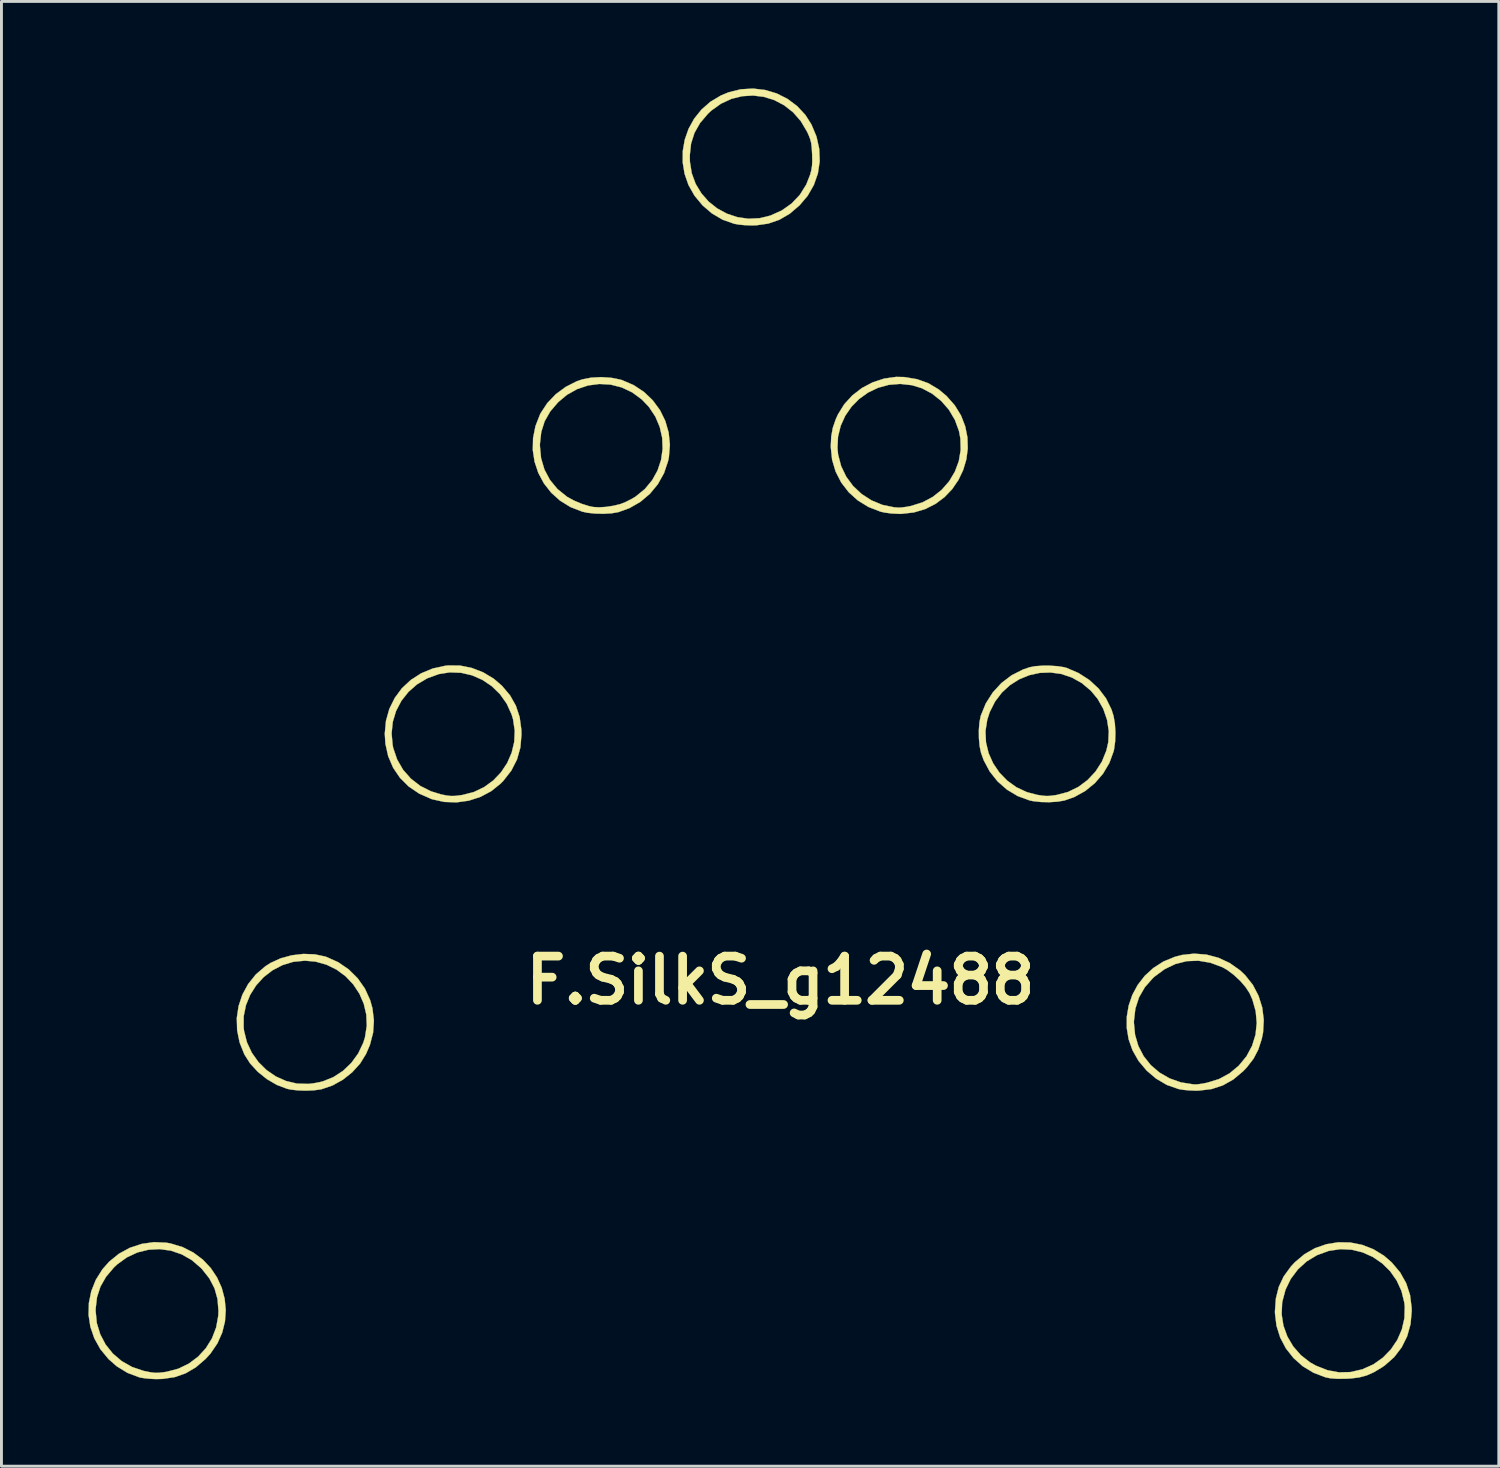
<source format=kicad_pcb>
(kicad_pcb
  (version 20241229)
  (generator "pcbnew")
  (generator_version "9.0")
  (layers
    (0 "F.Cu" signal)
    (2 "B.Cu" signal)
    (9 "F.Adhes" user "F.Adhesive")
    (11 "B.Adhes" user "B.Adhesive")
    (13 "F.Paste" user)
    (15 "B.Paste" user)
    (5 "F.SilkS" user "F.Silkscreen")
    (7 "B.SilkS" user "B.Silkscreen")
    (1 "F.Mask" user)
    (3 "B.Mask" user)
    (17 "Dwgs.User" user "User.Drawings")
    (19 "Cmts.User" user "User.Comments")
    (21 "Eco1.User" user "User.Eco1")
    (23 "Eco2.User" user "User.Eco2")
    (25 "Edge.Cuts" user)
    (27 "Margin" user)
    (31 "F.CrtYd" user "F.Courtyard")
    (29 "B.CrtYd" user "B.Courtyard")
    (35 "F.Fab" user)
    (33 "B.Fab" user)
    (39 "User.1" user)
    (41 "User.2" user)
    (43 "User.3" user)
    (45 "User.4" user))
  (footprint "F.SilkS_g12488"
    (layer "F.Cu")
    (at 23.87 30.764)
    (property "Reference" "F.SilkS_g12488" (at 0 0 0) (layer "F.SilkS") (effects (font (size 1.524 1.524) (thickness 0.3))))
    (attr through_hole)
    (fp_poly (pts (xy -11.048 -10.856) (xy -10.642 -10.773) (xy -10.251 -10.621) (xy -9.889 -10.403) (xy -9.605 -10.159) (xy -9.326 -9.828) (xy -9.125 -9.47) (xy -8.996 -9.079) (xy -8.937 -8.645) (xy -8.933 -8.474) (xy -8.971 -8.029) (xy -9.087 -7.617) (xy -9.282 -7.235) (xy -9.557 -6.883) (xy -9.651 -6.786) (xy -9.978 -6.524) (xy -10.349 -6.326) (xy -10.751 -6.197) (xy -11.171 -6.138) (xy -11.595 -6.153) (xy -12.009 -6.244) (xy -12.044 -6.256) (xy -12.461 -6.44) (xy -12.823 -6.685) (xy -13.124 -6.985) (xy -13.361 -7.335) (xy -13.53 -7.729) (xy -13.626 -8.159) (xy -13.648 -8.509) (xy -13.647 -8.517) (xy -13.413 -8.517) (xy -13.376 -8.108) (xy -13.356 -8.011) (xy -13.221 -7.615) (xy -13.016 -7.26) (xy -12.747 -6.955) (xy -12.423 -6.705) (xy -12.049 -6.517) (xy -11.705 -6.413) (xy -11.516 -6.375) (xy -11.366 -6.358) (xy -11.219 -6.361) (xy -11.038 -6.383) (xy -10.964 -6.394) (xy -10.572 -6.496) (xy -10.216 -6.667) (xy -9.902 -6.897) (xy -9.636 -7.177) (xy -9.424 -7.498) (xy -9.271 -7.85) (xy -9.182 -8.225) (xy -9.165 -8.613) (xy -9.223 -9.004) (xy -9.272 -9.168) (xy -9.442 -9.542) (xy -9.674 -9.87) (xy -9.957 -10.146) (xy -10.282 -10.364) (xy -10.639 -10.52) (xy -11.018 -10.608) (xy -11.409 -10.622) (xy -11.781 -10.563) (xy -12.18 -10.419) (xy -12.532 -10.211) (xy -12.832 -9.948) (xy -13.076 -9.639) (xy -13.258 -9.291) (xy -13.372 -8.915) (xy -13.413 -8.517) (xy -13.647 -8.517) (xy -13.606 -8.951) (xy -13.49 -9.364) (xy -13.304 -9.74) (xy -13.056 -10.075) (xy -12.751 -10.359) (xy -12.396 -10.588) (xy -11.998 -10.754) (xy -11.561 -10.85) (xy -11.451 -10.861) (xy -11.048 -10.856)) (stroke (width 0.01) (type solid)) (fill yes) (layer "F.SilkS"))
    (fp_poly (pts (xy 4.274 -20.808) (xy 4.71 -20.735) (xy 5.102 -20.595) (xy 5.46 -20.381) (xy 5.728 -20.156) (xy 6.016 -19.829) (xy 6.231 -19.477) (xy 6.374 -19.106) (xy 6.45 -18.725) (xy 6.461 -18.341) (xy 6.411 -17.963) (xy 6.302 -17.599) (xy 6.138 -17.256) (xy 5.923 -16.942) (xy 5.659 -16.666) (xy 5.349 -16.434) (xy 4.997 -16.256) (xy 4.606 -16.139) (xy 4.179 -16.09) (xy 4.094 -16.09) (xy 3.834 -16.102) (xy 3.593 -16.134) (xy 3.45 -16.166) (xy 3.036 -16.327) (xy 2.668 -16.553) (xy 2.353 -16.837) (xy 2.096 -17.171) (xy 1.904 -17.546) (xy 1.782 -17.956) (xy 1.74 -18.357) (xy 1.967 -18.357) (xy 1.989 -18.135) (xy 2.093 -17.738) (xy 2.268 -17.373) (xy 2.506 -17.05) (xy 2.8 -16.775) (xy 3.138 -16.556) (xy 3.514 -16.4) (xy 3.919 -16.316) (xy 4.085 -16.304) (xy 4.192 -16.311) (xy 4.347 -16.332) (xy 4.499 -16.361) (xy 4.897 -16.485) (xy 5.254 -16.674) (xy 5.563 -16.92) (xy 5.82 -17.214) (xy 6.018 -17.547) (xy 6.153 -17.91) (xy 6.217 -18.294) (xy 6.207 -18.691) (xy 6.158 -18.946) (xy 6.018 -19.33) (xy 5.811 -19.68) (xy 5.545 -19.985) (xy 5.232 -20.235) (xy 4.88 -20.422) (xy 4.538 -20.527) (xy 4.132 -20.572) (xy 3.739 -20.54) (xy 3.367 -20.438) (xy 3.023 -20.274) (xy 2.715 -20.053) (xy 2.45 -19.784) (xy 2.235 -19.473) (xy 2.078 -19.126) (xy 1.986 -18.752) (xy 1.967 -18.357) (xy 1.74 -18.357) (xy 1.736 -18.392) (xy 1.736 -18.422) (xy 1.752 -18.762) (xy 1.807 -19.06) (xy 1.908 -19.352) (xy 1.982 -19.516) (xy 2.199 -19.868) (xy 2.479 -20.175) (xy 2.81 -20.43) (xy 3.181 -20.626) (xy 3.579 -20.756) (xy 3.992 -20.814) (xy 4.274 -20.808)) (stroke (width 0.01) (type solid)) (fill yes) (layer "F.SilkS"))
    (fp_poly (pts (xy 19.655 9.044) (xy 20.061 9.124) (xy 20.452 9.276) (xy 20.817 9.499) (xy 21.086 9.732) (xy 21.375 10.076) (xy 21.585 10.451) (xy 21.718 10.859) (xy 21.772 11.301) (xy 21.774 11.409) (xy 21.734 11.859) (xy 21.618 12.277) (xy 21.429 12.658) (xy 21.172 12.995) (xy 20.848 13.282) (xy 20.753 13.348) (xy 20.476 13.515) (xy 20.223 13.628) (xy 19.961 13.698) (xy 19.663 13.735) (xy 19.494 13.743) (xy 19.199 13.745) (xy 18.97 13.728) (xy 18.801 13.694) (xy 18.386 13.536) (xy 18.016 13.312) (xy 17.698 13.03) (xy 17.436 12.698) (xy 17.239 12.324) (xy 17.11 11.917) (xy 17.063 11.525) (xy 17.288 11.525) (xy 17.35 11.915) (xy 17.485 12.286) (xy 17.687 12.628) (xy 17.95 12.929) (xy 18.268 13.178) (xy 18.473 13.293) (xy 18.873 13.45) (xy 19.267 13.523) (xy 19.661 13.513) (xy 20.062 13.421) (xy 20.079 13.415) (xy 20.451 13.248) (xy 20.78 13.016) (xy 21.057 12.731) (xy 21.278 12.402) (xy 21.435 12.04) (xy 21.523 11.654) (xy 21.534 11.255) (xy 21.519 11.114) (xy 21.422 10.717) (xy 21.256 10.355) (xy 21.031 10.035) (xy 20.755 9.763) (xy 20.436 9.544) (xy 20.085 9.386) (xy 19.71 9.293) (xy 19.32 9.273) (xy 18.923 9.331) (xy 18.904 9.336) (xy 18.507 9.481) (xy 18.153 9.695) (xy 17.849 9.97) (xy 17.604 10.297) (xy 17.422 10.669) (xy 17.313 11.078) (xy 17.305 11.126) (xy 17.288 11.525) (xy 17.063 11.525) (xy 17.058 11.483) (xy 17.057 11.418) (xy 17.089 10.975) (xy 17.188 10.577) (xy 17.359 10.214) (xy 17.605 9.875) (xy 17.743 9.726) (xy 18.076 9.446) (xy 18.444 9.237) (xy 18.837 9.101) (xy 19.243 9.036) (xy 19.655 9.044)) (stroke (width 0.01) (type solid)) (fill yes) (layer "F.SilkS"))
    (fp_poly (pts (xy -16.062 -0.896) (xy -15.698 -0.819) (xy -15.663 -0.807) (xy -15.254 -0.624) (xy -14.892 -0.376) (xy -14.583 -0.07) (xy -14.334 0.284) (xy -14.154 0.679) (xy -14.074 0.963) (xy -14.023 1.388) (xy -14.051 1.806) (xy -14.16 2.226) (xy -14.294 2.54) (xy -14.5 2.873) (xy -14.772 3.173) (xy -15.093 3.428) (xy -15.447 3.626) (xy -15.817 3.753) (xy -15.867 3.764) (xy -16.099 3.795) (xy -16.371 3.806) (xy -16.647 3.797) (xy -16.895 3.768) (xy -17.013 3.743) (xy -17.369 3.609) (xy -17.713 3.409) (xy -18.027 3.157) (xy -18.293 2.867) (xy -18.491 2.557) (xy -18.655 2.145) (xy -18.741 1.723) (xy -18.743 1.631) (xy -18.516 1.631) (xy -18.502 1.743) (xy -18.403 2.137) (xy -18.234 2.498) (xy -18.006 2.82) (xy -17.727 3.095) (xy -17.407 3.315) (xy -17.054 3.473) (xy -16.678 3.562) (xy -16.286 3.573) (xy -16.277 3.573) (xy -16.086 3.549) (xy -15.883 3.51) (xy -15.79 3.487) (xy -15.424 3.341) (xy -15.091 3.125) (xy -14.8 2.847) (xy -14.563 2.52) (xy -14.389 2.153) (xy -14.331 1.967) (xy -14.269 1.571) (xy -14.285 1.181) (xy -14.373 0.808) (xy -14.525 0.458) (xy -14.736 0.14) (xy -14.999 -0.138) (xy -15.308 -0.367) (xy -15.655 -0.538) (xy -16.035 -0.645) (xy -16.404 -0.677) (xy -16.803 -0.638) (xy -17.177 -0.524) (xy -17.521 -0.345) (xy -17.826 -0.109) (xy -18.085 0.176) (xy -18.291 0.501) (xy -18.436 0.857) (xy -18.514 1.237) (xy -18.516 1.631) (xy -18.743 1.631) (xy -18.752 1.3) (xy -18.69 0.887) (xy -18.559 0.493) (xy -18.36 0.128) (xy -18.098 -0.2) (xy -17.774 -0.479) (xy -17.59 -0.598) (xy -17.241 -0.758) (xy -16.856 -0.863) (xy -16.455 -0.91) (xy -16.062 -0.896)) (stroke (width 0.01) (type solid)) (fill yes) (layer "F.SilkS"))
    (fp_poly (pts (xy -21.188 9.05) (xy -21.04 9.076) (xy -20.619 9.203) (xy -20.245 9.394) (xy -19.92 9.638) (xy -19.648 9.928) (xy -19.431 10.255) (xy -19.271 10.61) (xy -19.171 10.986) (xy -19.133 11.374) (xy -19.16 11.765) (xy -19.255 12.15) (xy -19.42 12.522) (xy -19.658 12.872) (xy -19.83 13.061) (xy -20.165 13.349) (xy -20.517 13.556) (xy -20.896 13.688) (xy -21.313 13.749) (xy -21.533 13.755) (xy -21.734 13.746) (xy -21.93 13.727) (xy -22.087 13.701) (xy -22.115 13.694) (xy -22.523 13.54) (xy -22.893 13.314) (xy -23.177 13.064) (xy -23.459 12.722) (xy -23.667 12.348) (xy -23.803 11.951) (xy -23.865 11.541) (xy -23.861 11.407) (xy -23.621 11.407) (xy -23.581 11.821) (xy -23.463 12.209) (xy -23.277 12.563) (xy -23.028 12.874) (xy -22.723 13.134) (xy -22.368 13.336) (xy -21.971 13.471) (xy -21.929 13.48) (xy -21.731 13.52) (xy -21.577 13.538) (xy -21.432 13.537) (xy -21.258 13.516) (xy -21.167 13.502) (xy -20.767 13.396) (xy -20.405 13.22) (xy -20.086 12.981) (xy -19.818 12.688) (xy -19.608 12.35) (xy -19.464 11.974) (xy -19.391 11.57) (xy -19.384 11.404) (xy -19.417 10.996) (xy -19.52 10.625) (xy -19.699 10.282) (xy -19.957 9.956) (xy -19.989 9.923) (xy -20.305 9.651) (xy -20.654 9.452) (xy -21.026 9.325) (xy -21.41 9.272) (xy -21.797 9.293) (xy -22.176 9.386) (xy -22.538 9.553) (xy -22.871 9.793) (xy -22.988 9.902) (xy -23.262 10.226) (xy -23.456 10.566) (xy -23.574 10.931) (xy -23.621 11.331) (xy -23.621 11.407) (xy -23.861 11.407) (xy -23.854 11.128) (xy -23.771 10.721) (xy -23.615 10.331) (xy -23.386 9.967) (xy -23.152 9.703) (xy -22.817 9.431) (xy -22.44 9.226) (xy -22.034 9.092) (xy -21.612 9.032) (xy -21.188 9.05)) (stroke (width 0.01) (type solid)) (fill yes) (layer "F.SilkS"))
    (fp_poly (pts (xy -0.528 -30.71) (xy -0.129 -30.591) (xy 0.242 -30.404) (xy 0.576 -30.155) (xy 0.861 -29.848) (xy 1.068 -29.523) (xy 1.243 -29.105) (xy 1.338 -28.678) (xy 1.354 -28.252) (xy 1.292 -27.834) (xy 1.153 -27.435) (xy 0.939 -27.062) (xy 0.66 -26.732) (xy 0.32 -26.442) (xy -0.038 -26.233) (xy -0.422 -26.101) (xy -0.841 -26.042) (xy -1.022 -26.039) (xy -1.223 -26.047) (xy -1.423 -26.066) (xy -1.583 -26.093) (xy -1.597 -26.096) (xy -1.993 -26.235) (xy -2.364 -26.453) (xy -2.687 -26.73) (xy -2.966 -27.067) (xy -3.172 -27.432) (xy -3.306 -27.816) (xy -3.371 -28.211) (xy -3.369 -28.457) (xy -3.127 -28.457) (xy -3.123 -28.236) (xy -3.06 -27.84) (xy -2.926 -27.474) (xy -2.728 -27.146) (xy -2.477 -26.86) (xy -2.18 -26.624) (xy -1.846 -26.443) (xy -1.485 -26.323) (xy -1.105 -26.269) (xy -0.715 -26.288) (xy -0.348 -26.378) (xy 0.046 -26.555) (xy 0.387 -26.796) (xy 0.67 -27.095) (xy 0.89 -27.447) (xy 1.023 -27.784) (xy 1.066 -27.946) (xy 1.09 -28.097) (xy 1.098 -28.269) (xy 1.093 -28.493) (xy 1.092 -28.51) (xy 1.08 -28.721) (xy 1.061 -28.878) (xy 1.028 -29.01) (xy 0.975 -29.148) (xy 0.919 -29.27) (xy 0.703 -29.635) (xy 0.437 -29.939) (xy 0.13 -30.181) (xy -0.208 -30.36) (xy -0.569 -30.473) (xy -0.943 -30.519) (xy -1.321 -30.496) (xy -1.693 -30.404) (xy -2.05 -30.238) (xy -2.384 -30) (xy -2.501 -29.89) (xy -2.773 -29.57) (xy -2.966 -29.23) (xy -3.083 -28.862) (xy -3.127 -28.457) (xy -3.369 -28.457) (xy -3.368 -28.608) (xy -3.3 -28.998) (xy -3.169 -29.371) (xy -2.977 -29.719) (xy -2.725 -30.033) (xy -2.417 -30.303) (xy -2.053 -30.521) (xy -1.789 -30.63) (xy -1.368 -30.734) (xy -0.944 -30.759) (xy -0.528 -30.71)) (stroke (width 0.01) (type solid)) (fill yes) (layer "F.SilkS"))
    (fp_poly (pts (xy 14.693 -0.887) (xy 15.106 -0.778) (xy 15.497 -0.596) (xy 15.852 -0.345) (xy 16.026 -0.181) (xy 16.293 0.155) (xy 16.491 0.534) (xy 16.619 0.942) (xy 16.671 1.368) (xy 16.647 1.8) (xy 16.601 2.025) (xy 16.483 2.388) (xy 16.318 2.704) (xy 16.091 2.998) (xy 15.962 3.134) (xy 15.623 3.419) (xy 15.258 3.625) (xy 14.862 3.753) (xy 14.428 3.805) (xy 14.303 3.806) (xy 14.102 3.798) (xy 13.902 3.779) (xy 13.742 3.752) (xy 13.728 3.749) (xy 13.329 3.609) (xy 12.956 3.39) (xy 12.633 3.115) (xy 12.352 2.78) (xy 12.146 2.418) (xy 12.011 2.038) (xy 11.946 1.647) (xy 11.946 1.464) (xy 12.192 1.464) (xy 12.232 1.88) (xy 12.346 2.267) (xy 12.529 2.617) (xy 12.773 2.924) (xy 13.073 3.181) (xy 13.421 3.382) (xy 13.811 3.52) (xy 14.237 3.588) (xy 14.309 3.592) (xy 14.403 3.586) (xy 14.548 3.565) (xy 14.711 3.534) (xy 15.125 3.407) (xy 15.493 3.208) (xy 15.808 2.946) (xy 16.075 2.621) (xy 16.268 2.261) (xy 16.387 1.875) (xy 16.429 1.474) (xy 16.393 1.065) (xy 16.278 0.66) (xy 16.182 0.445) (xy 16.047 0.237) (xy 15.858 0.018) (xy 15.637 -0.188) (xy 15.407 -0.36) (xy 15.24 -0.454) (xy 14.826 -0.607) (xy 14.416 -0.676) (xy 14.014 -0.661) (xy 13.624 -0.563) (xy 13.251 -0.384) (xy 12.899 -0.124) (xy 12.846 -0.075) (xy 12.57 0.237) (xy 12.368 0.589) (xy 12.242 0.978) (xy 12.193 1.402) (xy 12.192 1.464) (xy 11.946 1.464) (xy 11.947 1.256) (xy 12.012 0.871) (xy 12.138 0.502) (xy 12.324 0.158) (xy 12.566 -0.154) (xy 12.862 -0.425) (xy 13.208 -0.647) (xy 13.604 -0.81) (xy 13.843 -0.873) (xy 14.268 -0.92) (xy 14.693 -0.887)) (stroke (width 0.01) (type solid)) (fill yes) (layer "F.SilkS"))
    (fp_poly (pts (xy -5.83 -20.782) (xy -5.51 -20.717) (xy -5.468 -20.704) (xy -5.064 -20.531) (xy -4.707 -20.295) (xy -4.403 -20.004) (xy -4.156 -19.668) (xy -3.972 -19.295) (xy -3.856 -18.894) (xy -3.813 -18.474) (xy -3.848 -18.044) (xy -3.876 -17.909) (xy -4.016 -17.493) (xy -4.228 -17.114) (xy -4.503 -16.781) (xy -4.833 -16.502) (xy -5.21 -16.286) (xy -5.59 -16.149) (xy -5.821 -16.109) (xy -6.1 -16.092) (xy -6.392 -16.099) (xy -6.664 -16.128) (xy -6.837 -16.166) (xy -7.243 -16.324) (xy -7.602 -16.545) (xy -7.908 -16.82) (xy -8.159 -17.141) (xy -8.351 -17.499) (xy -8.48 -17.884) (xy -8.542 -18.289) (xy -8.539 -18.433) (xy -8.297 -18.433) (xy -8.257 -18.011) (xy -8.141 -17.618) (xy -7.951 -17.261) (xy -7.693 -16.947) (xy -7.369 -16.685) (xy -7.353 -16.674) (xy -7.122 -16.548) (xy -6.856 -16.436) (xy -6.593 -16.354) (xy -6.456 -16.326) (xy -6.256 -16.315) (xy -6.012 -16.33) (xy -5.758 -16.369) (xy -5.529 -16.425) (xy -5.513 -16.43) (xy -5.331 -16.503) (xy -5.132 -16.604) (xy -4.995 -16.686) (xy -4.677 -16.946) (xy -4.424 -17.251) (xy -4.237 -17.589) (xy -4.117 -17.952) (xy -4.064 -18.33) (xy -4.079 -18.712) (xy -4.164 -19.088) (xy -4.317 -19.448) (xy -4.541 -19.783) (xy -4.781 -20.034) (xy -5.114 -20.28) (xy -5.476 -20.451) (xy -5.857 -20.548) (xy -6.246 -20.57) (xy -6.634 -20.519) (xy -7.009 -20.394) (xy -7.363 -20.196) (xy -7.667 -19.942) (xy -7.94 -19.623) (xy -8.133 -19.284) (xy -8.25 -18.917) (xy -8.296 -18.509) (xy -8.297 -18.433) (xy -8.539 -18.433) (xy -8.533 -18.703) (xy -8.45 -19.118) (xy -8.29 -19.526) (xy -8.268 -19.568) (xy -8.042 -19.911) (xy -7.75 -20.216) (xy -7.407 -20.469) (xy -7.029 -20.661) (xy -6.837 -20.727) (xy -6.528 -20.788) (xy -6.18 -20.806) (xy -5.83 -20.782)) (stroke (width 0.01) (type solid)) (fill yes) (layer "F.SilkS"))
    (fp_poly (pts (xy 9.558 -10.835) (xy 9.777 -10.801) (xy 9.864 -10.778) (xy 10.284 -10.598) (xy 10.657 -10.357) (xy 10.975 -10.063) (xy 11.231 -9.723) (xy 11.418 -9.343) (xy 11.49 -9.117) (xy 11.536 -8.854) (xy 11.554 -8.55) (xy 11.545 -8.243) (xy 11.508 -7.968) (xy 11.492 -7.897) (xy 11.345 -7.496) (xy 11.127 -7.128) (xy 10.847 -6.804) (xy 10.515 -6.532) (xy 10.142 -6.324) (xy 9.798 -6.203) (xy 9.559 -6.162) (xy 9.276 -6.144) (xy 8.982 -6.15) (xy 8.714 -6.18) (xy 8.594 -6.205) (xy 8.184 -6.355) (xy 7.813 -6.577) (xy 7.489 -6.862) (xy 7.219 -7.202) (xy 7.011 -7.591) (xy 6.917 -7.853) (xy 6.87 -8.08) (xy 6.846 -8.351) (xy 6.844 -8.596) (xy 7.072 -8.596) (xy 7.09 -8.209) (xy 7.18 -7.835) (xy 7.337 -7.484) (xy 7.553 -7.165) (xy 7.823 -6.887) (xy 8.14 -6.659) (xy 8.499 -6.491) (xy 8.862 -6.396) (xy 9.038 -6.369) (xy 9.17 -6.358) (xy 9.296 -6.362) (xy 9.454 -6.382) (xy 9.525 -6.393) (xy 9.914 -6.495) (xy 10.274 -6.67) (xy 10.595 -6.909) (xy 10.869 -7.203) (xy 11.088 -7.544) (xy 11.242 -7.922) (xy 11.308 -8.213) (xy 11.326 -8.595) (xy 11.267 -8.981) (xy 11.138 -9.357) (xy 10.943 -9.705) (xy 10.711 -9.986) (xy 10.394 -10.253) (xy 10.05 -10.445) (xy 9.687 -10.567) (xy 9.316 -10.618) (xy 8.945 -10.604) (xy 8.583 -10.525) (xy 8.238 -10.384) (xy 7.921 -10.184) (xy 7.64 -9.928) (xy 7.403 -9.617) (xy 7.22 -9.255) (xy 7.133 -8.987) (xy 7.072 -8.596) (xy 6.844 -8.596) (xy 6.844 -8.636) (xy 6.865 -8.903) (xy 6.908 -9.121) (xy 6.91 -9.128) (xy 7.083 -9.55) (xy 7.323 -9.928) (xy 7.622 -10.254) (xy 7.973 -10.521) (xy 8.368 -10.721) (xy 8.595 -10.798) (xy 8.789 -10.835) (xy 9.034 -10.852) (xy 9.3 -10.852) (xy 9.558 -10.835)) (stroke (width 0.01) (type solid)) (fill yes) (layer "F.SilkS")))
  (gr_rect
    (start -3 -3)
    (end 48.649 47.524)
    (stroke (width 0.1) (type default))
    (fill no)
    (layer "Edge.Cuts")))
</source>
